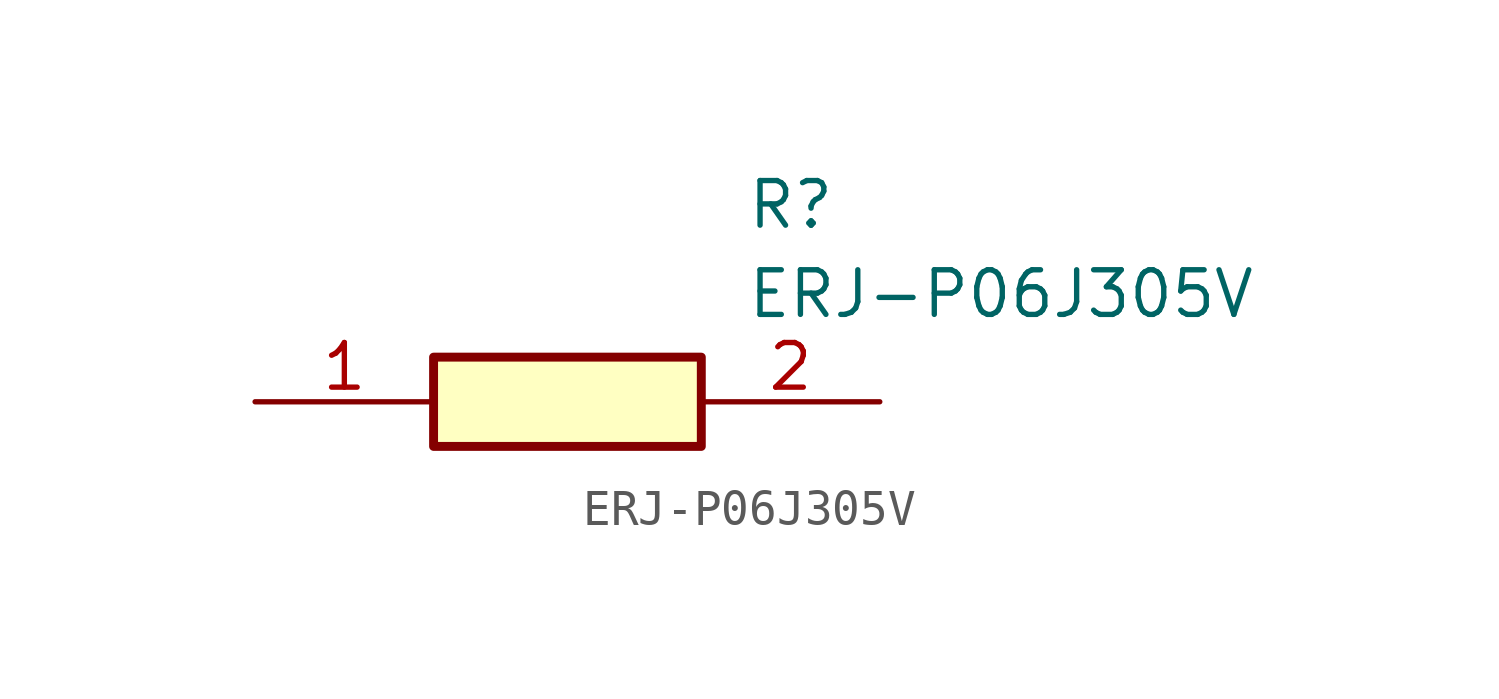
<source format=kicad_sym>
(kicad_symbol_lib
  (version 20211014)
  (generator SamacSys_ECAD_Model)
  (symbol "ERJ-P06J305V"
    (pin_names hide)
    (property "Reference" "R"
      (at 13.97 6.35 0)
      (effects (font (size 1.27 1.27)) (justify left top)))
    (property "Value" "ERJ-P06J305V"
      (at 13.97 3.81 0)
      (effects (font (size 1.27 1.27)) (justify left top)))
    (rectangle
      (start 5.08 1.27)
      (end 12.7 -1.27)
      (stroke (width 0.254) (type default))
      (fill (type background)))
    (pin passive line
      (at 0 0 0)
      (length 5.08)
      (name "1" (effects (font (size 1.27 1.27))))
      (number "1" (effects (font (size 1.27 1.27)))))
    (pin passive line
      (at 17.78 0 180)
      (length 5.08)
      (name "2" (effects (font (size 1.27 1.27))))
      (number "2" (effects (font (size 1.27 1.27)))))))
</source>
